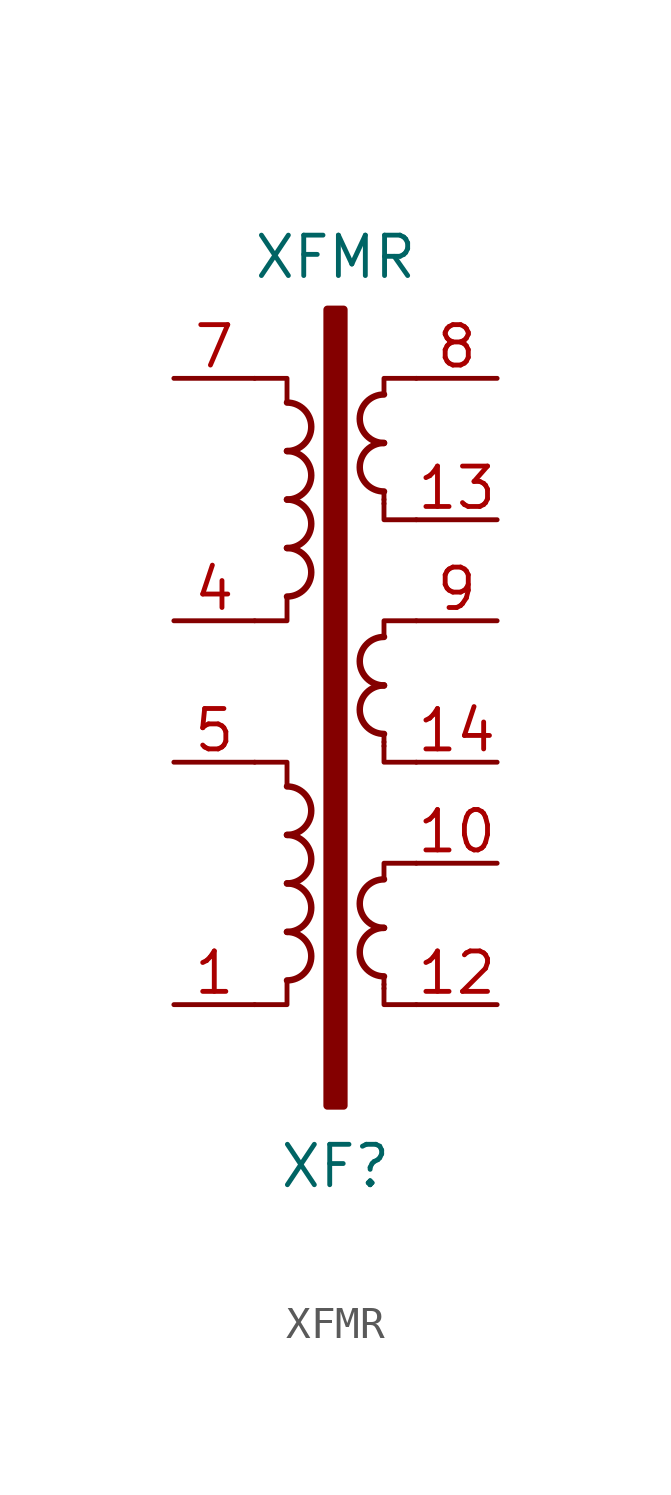
<source format=kicad_sym>
(kicad_symbol_lib
  (version 20220914)
  (generator kicad_symbol_editor)
  (symbol "XFMR"
    (pin_names
      (offset 0))
    (property "Reference" "XF"
      (at 0 -15.24 0)
      (effects (font (size 1.27 1.27))))
    (property "Value" "XFMR"
      (at 0 13.335 0)
      (effects (font (size 1.27 1.27))))
    (symbol "XFMR_0_1"
      (arc (start -1.524 -9.398) (mid -0.7653 -8.636) (end -1.524 -7.874) (stroke (width 0.2032) (type solid)) (fill (type none)))
      (arc (start -1.524 -7.874) (mid -0.7653 -7.112) (end -1.524 -6.35) (stroke (width 0.2032) (type solid)) (fill (type none)))
      (arc (start -1.524 -6.35) (mid -0.7653 -5.588) (end -1.524 -4.826) (stroke (width 0.2032) (type solid)) (fill (type none)))
      (arc (start -1.524 -4.826) (mid -0.7653 -4.064) (end -1.524 -3.302) (stroke (width 0.2032) (type solid)) (fill (type none)))
      (arc (start -1.524 2.667) (mid -0.7653 3.429) (end -1.524 4.191) (stroke (width 0.2032) (type solid)) (fill (type none)))
      (arc (start -1.524 4.191) (mid -0.7653 4.953) (end -1.524 5.715) (stroke (width 0.2032) (type solid)) (fill (type none)))
      (arc (start -1.524 5.715) (mid -0.7653 6.477) (end -1.524 7.239) (stroke (width 0.2032) (type solid)) (fill (type none)))
      (arc (start -1.524 7.239) (mid -0.7653 8.001) (end -1.524 8.763) (stroke (width 0.2032) (type solid)) (fill (type none)))
      (rectangle (start -0.254 11.684) (end 0.254 -13.335) (stroke (width 0.254) (type solid)) (fill (type outline)))
      (polyline (pts (xy 1.524 5.715) (xy 1.524 5.588)) (stroke (width 0) (type solid)) (fill (type none)))
      (polyline (pts (xy 1.524 5.588) (xy 1.524 5.08) (xy 2.54 5.08)) (stroke (width 0) (type solid)) (fill (type none)))
      (polyline (pts (xy 1.524 5.969) (xy 1.524 5.715) (xy 1.524 5.969)) (stroke (width 0) (type solid)) (fill (type none)))
      (polyline (pts (xy -1.524 -9.398) (xy -1.524 -10.16) (xy -2.54 -10.16) (xy -2.54 -10.16)) (stroke (width 0) (type solid)) (fill (type none)))
      (polyline (pts (xy -1.524 2.667) (xy -1.524 1.905) (xy -2.54 1.905) (xy -2.54 1.905)) (stroke (width 0) (type solid)) (fill (type none)))
      (polyline (pts (xy 1.524 9.017) (xy 1.524 9.525) (xy 2.54 9.525) (xy 2.54 9.525)) (stroke (width 0) (type solid)) (fill (type none)))
      (polyline (pts (xy -1.524 -3.302) (xy -1.524 -2.54) (xy -2.54 -2.54) (xy -2.54 -2.54) (xy -2.54 -2.54) (xy -2.54 -2.54)) (stroke (width 0) (type solid)) (fill (type none)))
      (polyline (pts (xy -1.524 8.763) (xy -1.524 9.525) (xy -2.54 9.525) (xy -2.54 9.525) (xy -2.54 9.525) (xy -2.54 9.525)) (stroke (width 0) (type solid)) (fill (type none)))
      (arc (start 1.524 7.493) (mid 0.7653 6.731) (end 1.524 5.969) (stroke (width 0.2032) (type solid)) (fill (type none)))
      (arc (start 1.524 9.017) (mid 0.7653 8.255) (end 1.524 7.493) (stroke (width 0.2032) (type solid)) (fill (type none))))
    (symbol "XFMR_1_1"
      (polyline (pts (xy 1.524 -9.525) (xy 1.524 -9.652)) (stroke (width 0) (type solid)) (fill (type none)))
      (polyline (pts (xy 1.524 -1.905) (xy 1.524 -2.032)) (stroke (width 0) (type solid)) (fill (type none)))
      (polyline (pts (xy 1.524 -9.652) (xy 1.524 -10.16) (xy 2.54 -10.16)) (stroke (width 0) (type solid)) (fill (type none)))
      (polyline (pts (xy 1.524 -9.271) (xy 1.524 -9.525) (xy 1.524 -9.271)) (stroke (width 0) (type solid)) (fill (type none)))
      (polyline (pts (xy 1.524 -2.032) (xy 1.524 -2.54) (xy 2.54 -2.54)) (stroke (width 0) (type solid)) (fill (type none)))
      (polyline (pts (xy 1.524 -1.651) (xy 1.524 -1.905) (xy 1.524 -1.651)) (stroke (width 0) (type solid)) (fill (type none)))
      (polyline (pts (xy 1.524 -6.223) (xy 1.524 -5.715) (xy 2.54 -5.715) (xy 2.54 -5.715)) (stroke (width 0) (type solid)) (fill (type none)))
      (polyline (pts (xy 1.524 1.397) (xy 1.524 1.905) (xy 2.54 1.905) (xy 2.54 1.905)) (stroke (width 0) (type solid)) (fill (type none)))
      (arc (start 1.524 -7.747) (mid 0.7653 -8.509) (end 1.524 -9.271) (stroke (width 0.2032) (type solid)) (fill (type none)))
      (arc (start 1.524 -6.223) (mid 0.7653 -6.985) (end 1.524 -7.747) (stroke (width 0.2032) (type solid)) (fill (type none)))
      (arc (start 1.524 -0.127) (mid 0.7653 -0.889) (end 1.524 -1.651) (stroke (width 0.2032) (type solid)) (fill (type none)))
      (arc (start 1.524 1.397) (mid 0.7653 0.635) (end 1.524 -0.127) (stroke (width 0.2032) (type solid)) (fill (type none)))
      (pin passive line (at -5.08 -10.16 0) (length 2.54) (name "~" (effects (font (size 1.27 1.27)))) (number "1" (effects (font (size 1.27 1.27)))))
      (pin passive line (at 5.08 -5.715 180) (length 2.54) (name "~" (effects (font (size 1.27 1.27)))) (number "10" (effects (font (size 1.27 1.27)))))
      (pin passive line (at 5.08 -10.16 180) (length 2.54) (name "~" (effects (font (size 1.27 1.27)))) (number "12" (effects (font (size 1.27 1.27)))))
      (pin passive line (at 5.08 5.08 180) (length 2.54) (name "~" (effects (font (size 1.27 1.27)))) (number "13" (effects (font (size 1.27 1.27)))))
      (pin passive line (at 5.08 -2.54 180) (length 2.54) (name "~" (effects (font (size 1.27 1.27)))) (number "14" (effects (font (size 1.27 1.27)))))
      (pin passive line (at -5.08 1.905 0) (length 2.54) (name "~" (effects (font (size 1.27 1.27)))) (number "4" (effects (font (size 1.27 1.27)))))
      (pin passive line (at -5.08 -2.54 0) (length 2.54) (name "~" (effects (font (size 1.27 1.27)))) (number "5" (effects (font (size 1.27 1.27)))))
      (pin passive line (at -5.08 9.525 0) (length 2.54) (name "~" (effects (font (size 1.27 1.27)))) (number "7" (effects (font (size 1.27 1.27)))))
      (pin passive line (at 5.08 9.525 180) (length 2.54) (name "~" (effects (font (size 1.27 1.27)))) (number "8" (effects (font (size 1.27 1.27)))))
      (pin passive line (at 5.08 1.905 180) (length 2.54) (name "~" (effects (font (size 1.27 1.27)))) (number "9" (effects (font (size 1.27 1.27))))))))
</source>
